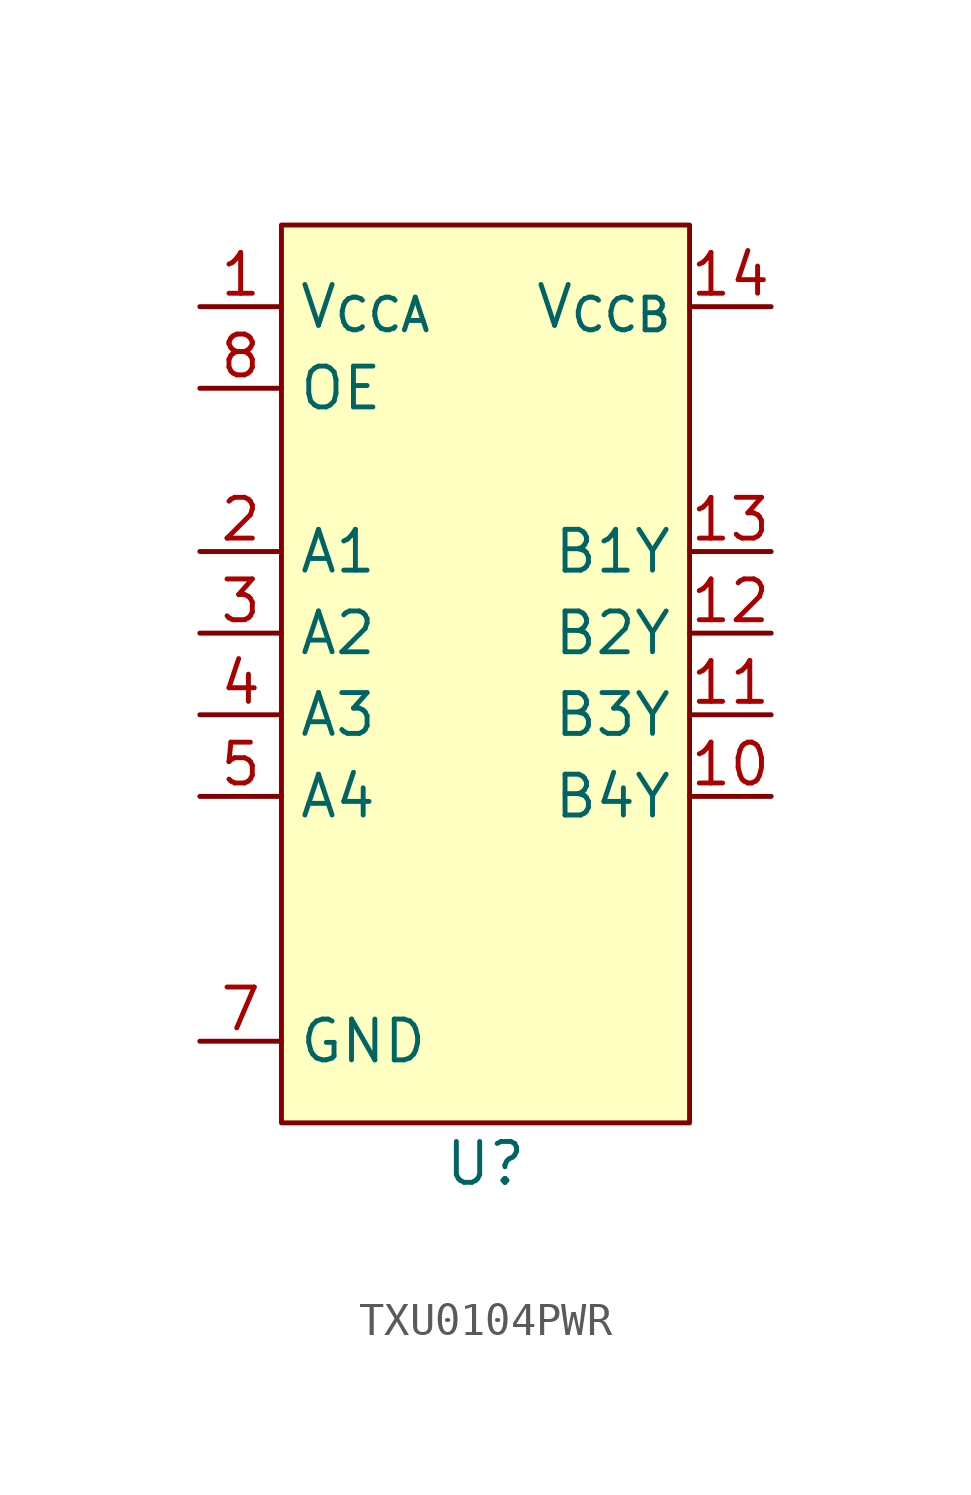
<source format=kicad_sym>
(kicad_symbol_lib
  (version 20231120)
  (generator "kicad_symbol_editor")
  (generator_version "8.0")
  (symbol "TXU0104PWR"
    (property "Reference" "U"
      (at 0 -12.7 0)
      (effects (font (size 1.27 1.27))))
    (property "Value" ""
      (at 0 -2.54 0)
      (effects (font (size 1.27 1.27))))
    (symbol "TXU0104PWR_1_0"
      (pin power_in line (at -8.89 13.97 0) (length 2.54) (name "V_{CCA}" (effects (font (size 1.27 1.27)))) (number "1" (effects (font (size 1.27 1.27)))))
      (pin output line (at 8.89 -1.27 180) (length 2.54) (name "B4Y" (effects (font (size 1.27 1.27)))) (number "10" (effects (font (size 1.27 1.27)))))
      (pin output line (at 8.89 1.27 180) (length 2.54) (name "B3Y" (effects (font (size 1.27 1.27)))) (number "11" (effects (font (size 1.27 1.27)))))
      (pin output line (at 8.89 3.81 180) (length 2.54) (name "B2Y" (effects (font (size 1.27 1.27)))) (number "12" (effects (font (size 1.27 1.27)))))
      (pin output line (at 8.89 6.35 180) (length 2.54) (name "B1Y" (effects (font (size 1.27 1.27)))) (number "13" (effects (font (size 1.27 1.27)))))
      (pin power_in line (at 8.89 13.97 180) (length 2.54) (name "V_{CCB}" (effects (font (size 1.27 1.27)))) (number "14" (effects (font (size 1.27 1.27)))))
      (pin input line (at -8.89 6.35 0) (length 2.54) (name "A1" (effects (font (size 1.27 1.27)))) (number "2" (effects (font (size 1.27 1.27)))))
      (pin input line (at -8.89 3.81 0) (length 2.54) (name "A2" (effects (font (size 1.27 1.27)))) (number "3" (effects (font (size 1.27 1.27)))))
      (pin input line (at -8.89 1.27 0) (length 2.54) (name "A3" (effects (font (size 1.27 1.27)))) (number "4" (effects (font (size 1.27 1.27)))))
      (pin input line (at -8.89 -1.27 0) (length 2.54) (name "A4" (effects (font (size 1.27 1.27)))) (number "5" (effects (font (size 1.27 1.27)))))
      (pin no_connect line (at -8.89 -3.81 0) (length 2.54) hide (name "NC" (effects (font (size 1.27 1.27)))) (number "6" (effects (font (size 1.27 1.27)))))
      (pin power_in line (at -8.89 -8.89 0) (length 2.54) (name "GND" (effects (font (size 1.27 1.27)))) (number "7" (effects (font (size 1.27 1.27)))))
      (pin input line (at -8.89 11.43 0) (length 2.54) (name "OE" (effects (font (size 1.27 1.27)))) (number "8" (effects (font (size 1.27 1.27)))))
      (pin no_connect line (at 8.89 -3.81 180) (length 2.54) hide (name "NC" (effects (font (size 1.27 1.27)))) (number "9" (effects (font (size 1.27 1.27))))))
    (symbol "TXU0104PWR_1_1"
      (rectangle (start -6.35 16.51) (end 6.35 -11.43) (stroke (width 0) (type default)) (fill (type background))))))
</source>
